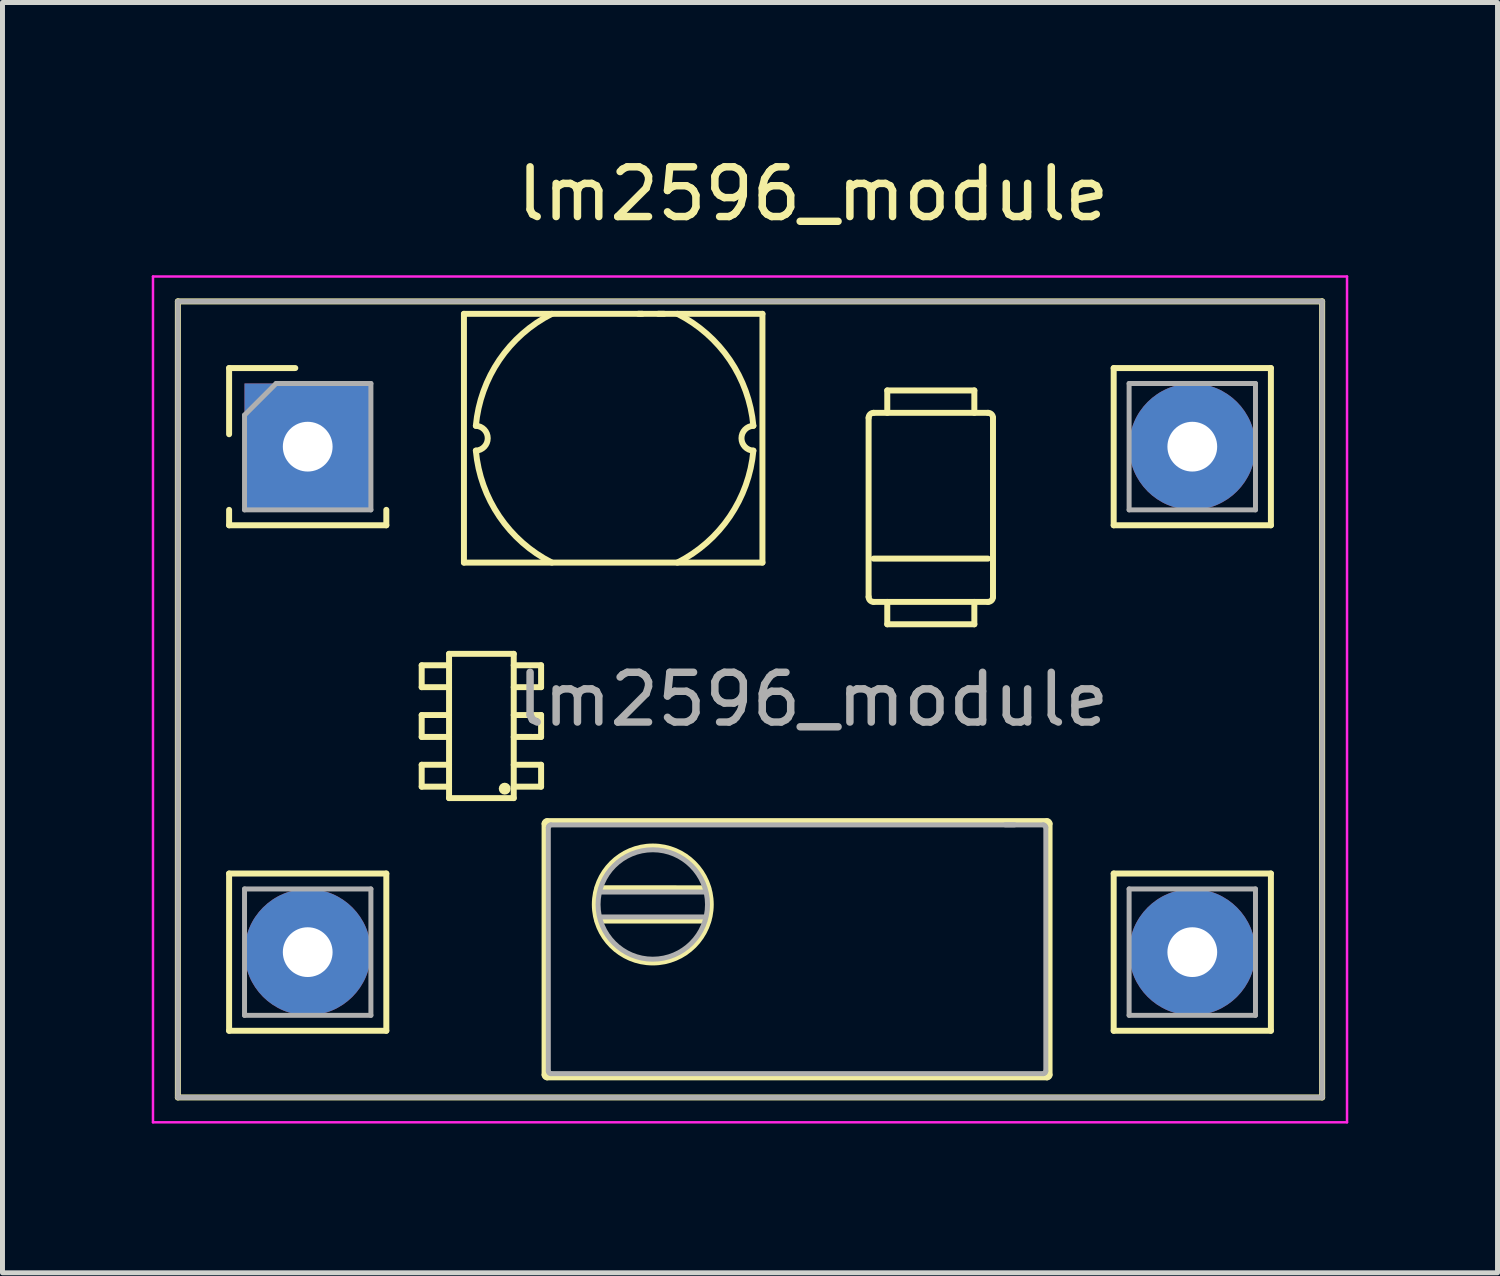
<source format=kicad_pcb>
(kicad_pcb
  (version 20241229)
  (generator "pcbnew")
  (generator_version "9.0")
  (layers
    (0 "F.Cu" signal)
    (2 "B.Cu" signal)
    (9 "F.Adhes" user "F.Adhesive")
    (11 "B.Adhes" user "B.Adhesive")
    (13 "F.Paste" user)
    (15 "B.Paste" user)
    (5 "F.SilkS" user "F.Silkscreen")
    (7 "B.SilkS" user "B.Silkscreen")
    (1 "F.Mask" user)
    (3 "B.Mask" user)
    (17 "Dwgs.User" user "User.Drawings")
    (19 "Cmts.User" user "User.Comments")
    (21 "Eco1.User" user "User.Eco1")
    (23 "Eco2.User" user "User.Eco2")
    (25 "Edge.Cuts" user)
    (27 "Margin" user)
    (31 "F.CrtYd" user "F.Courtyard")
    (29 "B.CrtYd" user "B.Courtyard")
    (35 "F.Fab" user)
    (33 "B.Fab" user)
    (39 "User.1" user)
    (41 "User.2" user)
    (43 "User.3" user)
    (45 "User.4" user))
  (footprint "lm2596_module"
    (layer "F.Cu")
    (at 3.135 5.928)
    (property "Reference" "lm2596_module" (at 10.16 -5.08 0) (layer "F.SilkS") (effects (font (size 1 1) (thickness 0.15))))
    (attr through_hole)
    (fp_line (start -2.61 -2.92) (end -2.61 13.08) (stroke (width 0.12) (type solid)) (layer "F.SilkS"))
    (fp_line (start -2.61 13.08) (end 20.39 13.08) (stroke (width 0.12) (type solid)) (layer "F.SilkS"))
    (fp_line (start -1.58 -1.58) (end -0.25 -1.58) (stroke (width 0.12) (type solid)) (layer "F.SilkS"))
    (fp_line (start -1.58 -0.25) (end -1.58 -1.58) (stroke (width 0.12) (type solid)) (layer "F.SilkS"))
    (fp_line (start -1.58 1.27) (end -1.58 1.58) (stroke (width 0.12) (type solid)) (layer "F.SilkS"))
    (fp_line (start -1.58 1.58) (end 1.58 1.58) (stroke (width 0.12) (type solid)) (layer "F.SilkS"))
    (fp_line (start -1.58 8.58) (end 1.58 8.58) (stroke (width 0.12) (type solid)) (layer "F.SilkS"))
    (fp_line (start -1.58 11.74) (end -1.58 8.58) (stroke (width 0.12) (type solid)) (layer "F.SilkS"))
    (fp_line (start -1.58 11.74) (end 1.58 11.74) (stroke (width 0.12) (type solid)) (layer "F.SilkS"))
    (fp_line (start 1.58 1.27) (end 1.58 1.58) (stroke (width 0.12) (type solid)) (layer "F.SilkS"))
    (fp_line (start 1.58 8.58) (end 1.58 11.74) (stroke (width 0.12) (type solid)) (layer "F.SilkS"))
    (fp_line (start 2.291 4.394) (end 2.291 4.834) (stroke (width 0.12) (type solid)) (layer "F.SilkS"))
    (fp_line (start 2.291 4.394) (end 2.841 4.394) (stroke (width 0.12) (type solid)) (layer "F.SilkS"))
    (fp_line (start 2.291 4.834) (end 2.841 4.834) (stroke (width 0.12) (type solid)) (layer "F.SilkS"))
    (fp_line (start 2.291 5.394) (end 2.291 5.834) (stroke (width 0.12) (type solid)) (layer "F.SilkS"))
    (fp_line (start 2.291 6.394) (end 2.291 6.834) (stroke (width 0.12) (type solid)) (layer "F.SilkS"))
    (fp_line (start 2.291 6.394) (end 2.841 6.394) (stroke (width 0.12) (type solid)) (layer "F.SilkS"))
    (fp_line (start 2.291 6.834) (end 2.841 6.834) (stroke (width 0.12) (type solid)) (layer "F.SilkS"))
    (fp_line (start 2.841 5.394) (end 2.291 5.394) (stroke (width 0.12) (type solid)) (layer "F.SilkS"))
    (fp_line (start 2.841 5.834) (end 2.291 5.834) (stroke (width 0.12) (type solid)) (layer "F.SilkS"))
    (fp_line (start 2.841 7.064) (end 2.841 4.164) (stroke (width 0.12) (type solid)) (layer "F.SilkS"))
    (fp_line (start 3.14 -2.67) (end 3.14 2.33) (stroke (width 0.12) (type solid)) (layer "F.SilkS"))
    (fp_line (start 3.14 -2.67) (end 9.14 -2.67) (stroke (width 0.12) (type solid)) (layer "F.SilkS"))
    (fp_line (start 4.141 4.164) (end 2.841 4.164) (stroke (width 0.12) (type solid)) (layer "F.SilkS"))
    (fp_line (start 4.141 7.064) (end 2.841 7.064) (stroke (width 0.12) (type solid)) (layer "F.SilkS"))
    (fp_line (start 4.141 7.064) (end 4.141 4.164) (stroke (width 0.12) (type solid)) (layer "F.SilkS"))
    (fp_line (start 4.507 5.834) (end 4.141 5.834) (stroke (width 0.12) (type solid)) (layer "F.SilkS"))
    (fp_line (start 4.691 4.394) (end 4.141 4.394) (stroke (width 0.12) (type solid)) (layer "F.SilkS"))
    (fp_line (start 4.691 4.394) (end 4.691 4.834) (stroke (width 0.12) (type solid)) (layer "F.SilkS"))
    (fp_line (start 4.691 4.834) (end 4.141 4.834) (stroke (width 0.12) (type solid)) (layer "F.SilkS"))
    (fp_line (start 4.691 5.394) (end 4.141 5.394) (stroke (width 0.12) (type solid)) (layer "F.SilkS"))
    (fp_line (start 4.691 5.394) (end 4.691 5.834) (stroke (width 0.12) (type solid)) (layer "F.SilkS"))
    (fp_line (start 4.691 5.834) (end 4.543 5.834) (stroke (width 0.12) (type solid)) (layer "F.SilkS"))
    (fp_line (start 4.691 6.394) (end 4.141 6.394) (stroke (width 0.12) (type solid)) (layer "F.SilkS"))
    (fp_line (start 4.691 6.394) (end 4.691 6.834) (stroke (width 0.12) (type solid)) (layer "F.SilkS"))
    (fp_line (start 4.691 6.834) (end 4.141 6.834) (stroke (width 0.12) (type solid)) (layer "F.SilkS"))
    (fp_line (start 4.761 12.627) (end 4.761 7.577) (stroke (width 0.12) (type solid)) (layer "F.SilkS"))
    (fp_line (start 4.811 7.527) (end 14.861 7.527) (stroke (width 0.12) (type solid)) (layer "F.SilkS"))
    (fp_line (start 5.825 9.525) (end 8.05 9.525) (stroke (width 0.12) (type solid)) (layer "F.SilkS"))
    (fp_line (start 6.674 -2.671) (end 6.647 -2.671) (stroke (width 0.12) (type solid)) (layer "F.SilkS"))
    (fp_line (start 6.724 -2.671) (end 6.703 -2.671) (stroke (width 0.12) (type solid)) (layer "F.SilkS"))
    (fp_line (start 7.161 -2.671) (end 7.048 -2.671) (stroke (width 0.12) (type solid)) (layer "F.SilkS"))
    (fp_line (start 8.05 8.877) (end 5.825 8.875) (stroke (width 0.12) (type solid)) (layer "F.SilkS"))
    (fp_line (start 9.14 2.33) (end 3.14 2.33) (stroke (width 0.12) (type solid)) (layer "F.SilkS"))
    (fp_line (start 9.14 2.33) (end 9.14 -2.67) (stroke (width 0.12) (type solid)) (layer "F.SilkS"))
    (fp_line (start 11.274 3.02) (end 11.274 -0.58) (stroke (width 0.12) (type solid)) (layer "F.SilkS"))
    (fp_line (start 11.374 -0.68) (end 13.674 -0.68) (stroke (width 0.12) (type solid)) (layer "F.SilkS"))
    (fp_line (start 11.649 -1.13) (end 13.399 -1.13) (stroke (width 0.12) (type solid)) (layer "F.SilkS"))
    (fp_line (start 11.649 -0.68) (end 11.649 -1.13) (stroke (width 0.12) (type solid)) (layer "F.SilkS"))
    (fp_line (start 11.649 3.57) (end 11.649 3.12) (stroke (width 0.12) (type solid)) (layer "F.SilkS"))
    (fp_line (start 13.399 -1.13) (end 13.399 -0.68) (stroke (width 0.12) (type solid)) (layer "F.SilkS"))
    (fp_line (start 13.399 3.12) (end 13.399 3.57) (stroke (width 0.12) (type solid)) (layer "F.SilkS"))
    (fp_line (start 13.399 3.57) (end 11.649 3.57) (stroke (width 0.12) (type solid)) (layer "F.SilkS"))
    (fp_line (start 13.674 2.25) (end 11.374 2.25) (stroke (width 0.12) (type solid)) (layer "F.SilkS"))
    (fp_line (start 13.674 3.12) (end 11.374 3.12) (stroke (width 0.12) (type solid)) (layer "F.SilkS"))
    (fp_line (start 13.774 -0.58) (end 13.774 3.02) (stroke (width 0.12) (type solid)) (layer "F.SilkS"))
    (fp_line (start 14.861 12.677) (end 4.811 12.677) (stroke (width 0.12) (type solid)) (layer "F.SilkS"))
    (fp_line (start 14.911 7.577) (end 14.911 12.627) (stroke (width 0.12) (type solid)) (layer "F.SilkS"))
    (fp_line (start 16.2 -1.58) (end 19.36 -1.58) (stroke (width 0.12) (type solid)) (layer "F.SilkS"))
    (fp_line (start 16.2 1.58) (end 16.2 -1.58) (stroke (width 0.12) (type solid)) (layer "F.SilkS"))
    (fp_line (start 16.2 1.58) (end 19.36 1.58) (stroke (width 0.12) (type solid)) (layer "F.SilkS"))
    (fp_line (start 16.2 8.58) (end 19.36 8.58) (stroke (width 0.12) (type solid)) (layer "F.SilkS"))
    (fp_line (start 16.2 11.74) (end 16.2 8.58) (stroke (width 0.12) (type solid)) (layer "F.SilkS"))
    (fp_line (start 16.2 11.74) (end 19.36 11.74) (stroke (width 0.12) (type solid)) (layer "F.SilkS"))
    (fp_line (start 19.36 -1.58) (end 19.36 1.58) (stroke (width 0.12) (type solid)) (layer "F.SilkS"))
    (fp_line (start 19.36 8.58) (end 19.36 11.74) (stroke (width 0.12) (type solid)) (layer "F.SilkS"))
    (fp_line (start 20.39 -2.92) (end -2.61 -2.92) (stroke (width 0.12) (type solid)) (layer "F.SilkS"))
    (fp_line (start 20.39 13.08) (end 20.39 -2.92) (stroke (width 0.12) (type solid)) (layer "F.SilkS"))
    (fp_arc (start 3.379787 -0.41975) (mid 3.618626 -0.17) (end 3.379788 0.07975) (stroke (width 0.12) (type solid)) (layer "F.SilkS"))
    (fp_arc (start 3.379789 -0.41975) (mid 3.852142 -1.74286) (end 4.907675 -2.669999) (stroke (width 0.12) (type solid)) (layer "F.SilkS"))
    (fp_arc (start 4.760943 7.577113) (mid 4.775588 7.541758) (end 4.810943 7.527113) (stroke (width 0.12) (type solid)) (layer "F.SilkS"))
    (fp_arc (start 4.810943 12.677113) (mid 4.775588 12.662468) (end 4.760943 12.627113) (stroke (width 0.12) (type solid)) (layer "F.SilkS"))
    (fp_arc (start 4.907674 2.329999) (mid 3.852141 1.40286) (end 3.379788 0.07975) (stroke (width 0.12) (type solid)) (layer "F.SilkS"))
    (fp_arc (start 7.42958 -2.669999) (mid 8.485113 -1.74286) (end 8.957466 -0.41975) (stroke (width 0.12) (type solid)) (layer "F.SilkS"))
    (fp_arc (start 8.957465 0.07975) (mid 8.485112 1.40286) (end 7.429579 2.329999) (stroke (width 0.12) (type solid)) (layer "F.SilkS"))
    (fp_arc (start 8.957467 0.07975) (mid 8.718628 -0.17) (end 8.957466 -0.41975) (stroke (width 0.12) (type solid)) (layer "F.SilkS"))
    (fp_arc (start 11.274314 -0.580209) (mid 11.303603 -0.65092) (end 11.374314 -0.680209) (stroke (width 0.12) (type solid)) (layer "F.SilkS"))
    (fp_arc (start 11.374314 3.11979) (mid 11.303603 3.090501) (end 11.274314 3.01979) (stroke (width 0.12) (type solid)) (layer "F.SilkS"))
    (fp_arc (start 13.674314 -0.680209) (mid 13.745025 -0.65092) (end 13.774314 -0.580209) (stroke (width 0.12) (type solid)) (layer "F.SilkS"))
    (fp_arc (start 13.774314 3.01979) (mid 13.745025 3.090501) (end 13.674314 3.11979) (stroke (width 0.12) (type solid)) (layer "F.SilkS"))
    (fp_arc (start 14.860943 7.527113) (mid 14.896298 7.541758) (end 14.910943 7.577113) (stroke (width 0.12) (type solid)) (layer "F.SilkS"))
    (fp_arc (start 14.910943 12.627113) (mid 14.896298 12.662468) (end 14.860943 12.677113) (stroke (width 0.12) (type solid)) (layer "F.SilkS"))
    (fp_circle (center 3.96 6.874) (end 4.02 6.874) (stroke (width 0.12) (type solid)) (fill no) (layer "F.SilkS"))
    (fp_circle (center 6.936 9.202) (end 8.111 9.202) (stroke (width 0.1) (type solid)) (fill no) (layer "F.SilkS"))
    (fp_line (start -3.11 -3.42) (end -3.11 13.58) (stroke (width 0.05) (type solid)) (layer "F.CrtYd"))
    (fp_line (start -3.11 13.58) (end 20.89 13.58) (stroke (width 0.05) (type solid)) (layer "F.CrtYd"))
    (fp_line (start 20.89 -3.42) (end -3.11 -3.42) (stroke (width 0.05) (type solid)) (layer "F.CrtYd"))
    (fp_line (start 20.89 13.58) (end 20.89 -3.42) (stroke (width 0.05) (type solid)) (layer "F.CrtYd"))
    (fp_line (start -2.61 -2.92) (end -2.61 13.08) (stroke (width 0.1) (type solid)) (layer "F.Fab"))
    (fp_line (start -2.61 13.08) (end 20.39 13.08) (stroke (width 0.1) (type solid)) (layer "F.Fab"))
    (fp_line (start -1.27 -0.635) (end -0.635 -1.27) (stroke (width 0.1) (type solid)) (layer "F.Fab"))
    (fp_line (start -1.27 1.27) (end -1.27 -0.635) (stroke (width 0.1) (type solid)) (layer "F.Fab"))
    (fp_line (start -1.27 8.89) (end 1.27 8.89) (stroke (width 0.1) (type solid)) (layer "F.Fab"))
    (fp_line (start -1.27 11.43) (end -1.27 8.89) (stroke (width 0.1) (type solid)) (layer "F.Fab"))
    (fp_line (start -0.635 -1.27) (end 1.27 -1.27) (stroke (width 0.1) (type solid)) (layer "F.Fab"))
    (fp_line (start 1.27 -1.27) (end 1.27 1.27) (stroke (width 0.1) (type solid)) (layer "F.Fab"))
    (fp_line (start 1.27 1.27) (end -1.27 1.27) (stroke (width 0.1) (type solid)) (layer "F.Fab"))
    (fp_line (start 1.27 8.89) (end 1.27 11.43) (stroke (width 0.1) (type solid)) (layer "F.Fab"))
    (fp_line (start 1.27 11.43) (end -1.27 11.43) (stroke (width 0.1) (type solid)) (layer "F.Fab"))
    (fp_line (start 4.836 12.552) (end 4.836 7.652) (stroke (width 0.1) (type solid)) (layer "F.Fab"))
    (fp_line (start 4.886 7.602) (end 14.786 7.602) (stroke (width 0.1) (type solid)) (layer "F.Fab"))
    (fp_line (start 5.897 9.452) (end 7.975 9.452) (stroke (width 0.1) (type solid)) (layer "F.Fab"))
    (fp_line (start 7.975 8.952) (end 5.897 8.952) (stroke (width 0.1) (type solid)) (layer "F.Fab"))
    (fp_line (start 14.208 7.601) (end 14.019 7.601) (stroke (width 0.1) (type solid)) (layer "F.Fab"))
    (fp_line (start 14.786 12.602) (end 4.886 12.602) (stroke (width 0.1) (type solid)) (layer "F.Fab"))
    (fp_line (start 14.836 7.652) (end 14.836 12.552) (stroke (width 0.1) (type solid)) (layer "F.Fab"))
    (fp_line (start 16.51 -1.27) (end 19.05 -1.27) (stroke (width 0.1) (type solid)) (layer "F.Fab"))
    (fp_line (start 16.51 1.27) (end 16.51 -1.27) (stroke (width 0.1) (type solid)) (layer "F.Fab"))
    (fp_line (start 16.51 8.89) (end 19.05 8.89) (stroke (width 0.1) (type solid)) (layer "F.Fab"))
    (fp_line (start 16.51 11.43) (end 16.51 8.89) (stroke (width 0.1) (type solid)) (layer "F.Fab"))
    (fp_line (start 19.05 -1.27) (end 19.05 1.27) (stroke (width 0.1) (type solid)) (layer "F.Fab"))
    (fp_line (start 19.05 1.27) (end 16.51 1.27) (stroke (width 0.1) (type solid)) (layer "F.Fab"))
    (fp_line (start 19.05 8.89) (end 19.05 11.43) (stroke (width 0.1) (type solid)) (layer "F.Fab"))
    (fp_line (start 19.05 11.43) (end 16.51 11.43) (stroke (width 0.1) (type solid)) (layer "F.Fab"))
    (fp_line (start 20.39 -2.92) (end -2.61 -2.92) (stroke (width 0.1) (type solid)) (layer "F.Fab"))
    (fp_line (start 20.39 13.08) (end 20.39 -2.92) (stroke (width 0.1) (type solid)) (layer "F.Fab"))
    (fp_arc (start 4.835943 7.652113) (mid 4.850588 7.616758) (end 4.885943 7.602113) (stroke (width 0.1) (type solid)) (layer "F.Fab"))
    (fp_arc (start 4.885943 12.602113) (mid 4.850588 12.587468) (end 4.835943 12.552113) (stroke (width 0.1) (type solid)) (layer "F.Fab"))
    (fp_arc (start 14.785943 7.602113) (mid 14.821298 7.616758) (end 14.835943 7.652113) (stroke (width 0.1) (type solid)) (layer "F.Fab"))
    (fp_arc (start 14.835943 12.552113) (mid 14.821298 12.587468) (end 14.785943 12.602113) (stroke (width 0.1) (type solid)) (layer "F.Fab"))
    (fp_circle (center 6.936 9.202) (end 8.036 9.202) (stroke (width 0.1) (type solid)) (fill no) (layer "F.Fab"))
    (fp_text user "${REFERENCE}" (at 10.16 5.08 180) (layer "F.Fab") (effects (font (size 1 1) (thickness 0.15))))
    (pad "1" thru_hole rect (at 0 0) (size 2.54 2.54) (drill 1) (layers "*.Cu" "*.Mask"))
    (pad "2" thru_hole circle (at 0 10.16) (size 2.54 2.54) (drill 1) (layers "*.Cu" "*.Mask"))
    (pad "3" thru_hole circle (at 17.78 10.16) (size 2.54 2.54) (drill 1) (layers "*.Cu" "*.Mask"))
    (pad "4" thru_hole circle (at 17.78 0) (size 2.54 2.54) (drill 1) (layers "*.Cu" "*.Mask")))
  (gr_rect
    (start -3 -3)
    (end 27.05 22.533)
    (stroke (width 0.1) (type default))
    (fill no)
    (layer "Edge.Cuts")))
</source>
